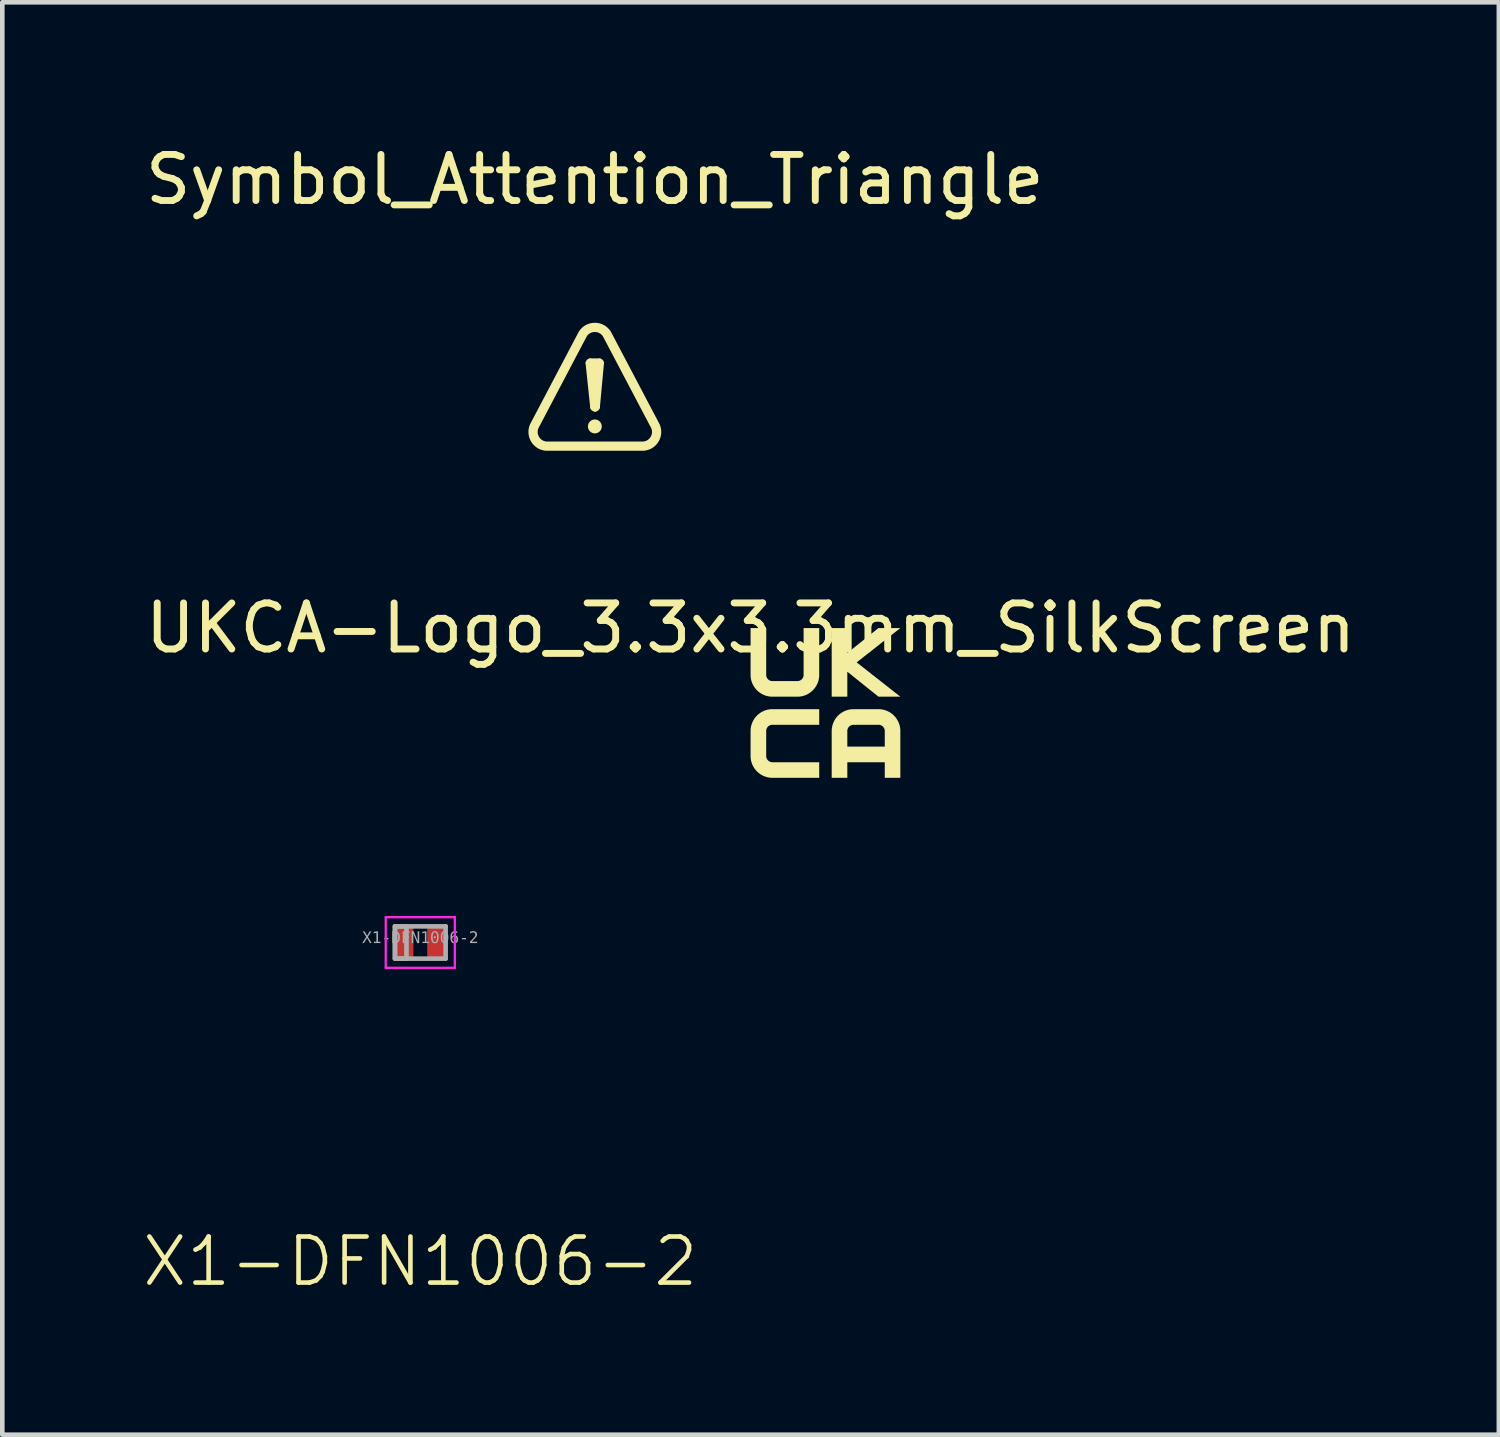
<source format=kicad_pcb>
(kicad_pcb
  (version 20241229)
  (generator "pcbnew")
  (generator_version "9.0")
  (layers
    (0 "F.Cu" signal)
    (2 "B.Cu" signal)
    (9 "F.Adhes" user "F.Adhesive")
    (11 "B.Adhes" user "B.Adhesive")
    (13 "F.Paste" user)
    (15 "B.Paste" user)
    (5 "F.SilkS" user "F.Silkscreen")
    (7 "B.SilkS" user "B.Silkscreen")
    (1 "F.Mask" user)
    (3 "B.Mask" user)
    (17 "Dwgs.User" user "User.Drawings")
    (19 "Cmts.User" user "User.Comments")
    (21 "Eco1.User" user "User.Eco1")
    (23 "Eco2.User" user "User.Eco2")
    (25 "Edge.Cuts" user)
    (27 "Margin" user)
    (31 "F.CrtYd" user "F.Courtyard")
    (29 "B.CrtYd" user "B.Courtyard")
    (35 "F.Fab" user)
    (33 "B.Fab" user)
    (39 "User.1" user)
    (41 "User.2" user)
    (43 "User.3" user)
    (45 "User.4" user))
  (footprint "UKCA-Logo_3.3x3.3mm_SilkScreen"
    (layer "F.Cu")
    (at 13.244 10.584)
    (property "Reference" "UKCA-Logo_3.3x3.3mm_SilkScreen" (at 0 0 0) (layer "F.SilkS") (effects (font (size 1 1) (thickness 0.15))))
    (attr board_only exclude_from_pos_files exclude_from_bom allow_missing_courtyard)
    (fp_poly (pts (xy 2.1 0.542) (xy 2.777 0) (xy 3.251 0) (xy 2.303 0.745) (xy 3.251 1.49) (xy 2.777 1.49) (xy 2.1 0.948) (xy 2.1 1.49) (xy 1.761 1.49) (xy 1.761 0) (xy 2.1 0)) (stroke (width 0) (type solid)) (fill yes) (layer "F.SilkS"))
    (fp_poly (pts (xy 0.339 1.016) (xy 0.339 1.023) (xy 0.339 1.029) (xy 0.34 1.036) (xy 0.341 1.043) (xy 0.343 1.049) (xy 0.345 1.055) (xy 0.347 1.062) (xy 0.349 1.068) (xy 0.352 1.074) (xy 0.355 1.08) (xy 0.358 1.086) (xy 0.361 1.091) (xy 0.365 1.097) (xy 0.369 1.102) (xy 0.374 1.107) (xy 0.378 1.112) (xy 0.383 1.116) (xy 0.388 1.121) (xy 0.394 1.125) (xy 0.399 1.129) (xy 0.405 1.132) (xy 0.41 1.136) (xy 0.416 1.138) (xy 0.422 1.141) (xy 0.428 1.144) (xy 0.435 1.146) (xy 0.441 1.147) (xy 0.448 1.149) (xy 0.454 1.15) (xy 0.461 1.151) (xy 0.467 1.151) (xy 0.474 1.151) (xy 1.016 1.151) (xy 1.023 1.151) (xy 1.029 1.151) (xy 1.036 1.15) (xy 1.043 1.149) (xy 1.049 1.147) (xy 1.055 1.146) (xy 1.062 1.144) (xy 1.068 1.141) (xy 1.074 1.138) (xy 1.08 1.136) (xy 1.086 1.132) (xy 1.091 1.129) (xy 1.097 1.125) (xy 1.102 1.121) (xy 1.107 1.116) (xy 1.112 1.112) (xy 1.116 1.107) (xy 1.121 1.102) (xy 1.125 1.097) (xy 1.129 1.091) (xy 1.132 1.086) (xy 1.136 1.08) (xy 1.138 1.074) (xy 1.141 1.068) (xy 1.144 1.062) (xy 1.146 1.055) (xy 1.147 1.049) (xy 1.149 1.043) (xy 1.15 1.036) (xy 1.151 1.029) (xy 1.151 1.023) (xy 1.151 1.016) (xy 1.151 0) (xy 1.49 0) (xy 1.49 1.016) (xy 1.49 1.04) (xy 1.488 1.063) (xy 1.485 1.086) (xy 1.481 1.109) (xy 1.476 1.132) (xy 1.47 1.154) (xy 1.462 1.176) (xy 1.454 1.197) (xy 1.445 1.219) (xy 1.434 1.239) (xy 1.423 1.259) (xy 1.41 1.279) (xy 1.397 1.298) (xy 1.383 1.316) (xy 1.367 1.334) (xy 1.351 1.351) (xy 1.334 1.367) (xy 1.316 1.383) (xy 1.298 1.397) (xy 1.279 1.41) (xy 1.259 1.423) (xy 1.239 1.434) (xy 1.219 1.445) (xy 1.197 1.454) (xy 1.176 1.462) (xy 1.154 1.47) (xy 1.132 1.476) (xy 1.109 1.481) (xy 1.086 1.485) (xy 1.063 1.488) (xy 1.04 1.49) (xy 1.016 1.49) (xy 0.474 1.49) (xy 0.451 1.49) (xy 0.427 1.488) (xy 0.404 1.485) (xy 0.381 1.481) (xy 0.359 1.476) (xy 0.336 1.47) (xy 0.314 1.462) (xy 0.293 1.454) (xy 0.272 1.445) (xy 0.251 1.434) (xy 0.231 1.423) (xy 0.211 1.41) (xy 0.192 1.397) (xy 0.174 1.383) (xy 0.156 1.367) (xy 0.139 1.351) (xy 0.123 1.334) (xy 0.107 1.316) (xy 0.093 1.298) (xy 0.08 1.279) (xy 0.067 1.259) (xy 0.056 1.239) (xy 0.045 1.219) (xy 0.036 1.197) (xy 0.028 1.176) (xy 0.02 1.154) (xy 0.014 1.132) (xy 0.009 1.109) (xy 0.005 1.086) (xy 0.002 1.063) (xy 0.001 1.04) (xy 0 1.016) (xy 0 0) (xy 0.339 0)) (stroke (width 0) (type solid)) (fill yes) (layer "F.SilkS"))
    (fp_poly (pts (xy 1.49 2.1) (xy 0.474 2.1) (xy 0.467 2.1) (xy 0.461 2.1) (xy 0.454 2.101) (xy 0.448 2.102) (xy 0.441 2.104) (xy 0.435 2.106) (xy 0.428 2.108) (xy 0.422 2.11) (xy 0.416 2.113) (xy 0.41 2.116) (xy 0.405 2.119) (xy 0.399 2.122) (xy 0.394 2.126) (xy 0.388 2.13) (xy 0.383 2.135) (xy 0.378 2.139) (xy 0.374 2.144) (xy 0.369 2.149) (xy 0.365 2.155) (xy 0.361 2.16) (xy 0.358 2.166) (xy 0.355 2.171) (xy 0.352 2.177) (xy 0.349 2.183) (xy 0.347 2.19) (xy 0.345 2.196) (xy 0.343 2.202) (xy 0.341 2.209) (xy 0.34 2.215) (xy 0.339 2.222) (xy 0.339 2.228) (xy 0.339 2.235) (xy 0.339 2.777) (xy 0.339 2.784) (xy 0.339 2.79) (xy 0.34 2.797) (xy 0.341 2.804) (xy 0.343 2.81) (xy 0.345 2.816) (xy 0.347 2.823) (xy 0.349 2.829) (xy 0.352 2.835) (xy 0.355 2.841) (xy 0.358 2.847) (xy 0.361 2.852) (xy 0.365 2.858) (xy 0.369 2.863) (xy 0.374 2.868) (xy 0.378 2.873) (xy 0.383 2.877) (xy 0.388 2.882) (xy 0.394 2.886) (xy 0.399 2.89) (xy 0.405 2.893) (xy 0.41 2.897) (xy 0.416 2.9) (xy 0.422 2.902) (xy 0.428 2.905) (xy 0.435 2.907) (xy 0.441 2.908) (xy 0.448 2.91) (xy 0.454 2.911) (xy 0.461 2.912) (xy 0.467 2.912) (xy 0.474 2.913) (xy 1.49 2.913) (xy 1.49 3.251) (xy 0.474 3.251) (xy 0.451 3.251) (xy 0.427 3.249) (xy 0.404 3.246) (xy 0.381 3.242) (xy 0.359 3.237) (xy 0.336 3.231) (xy 0.314 3.223) (xy 0.293 3.215) (xy 0.272 3.206) (xy 0.251 3.195) (xy 0.231 3.184) (xy 0.211 3.172) (xy 0.192 3.158) (xy 0.174 3.144) (xy 0.156 3.129) (xy 0.139 3.112) (xy 0.123 3.095) (xy 0.107 3.078) (xy 0.093 3.059) (xy 0.08 3.04) (xy 0.067 3.02) (xy 0.056 3) (xy 0.045 2.98) (xy 0.036 2.959) (xy 0.028 2.937) (xy 0.02 2.915) (xy 0.014 2.893) (xy 0.009 2.87) (xy 0.005 2.847) (xy 0.002 2.824) (xy 0.001 2.801) (xy 0 2.777) (xy 0 2.235) (xy 0.001 2.212) (xy 0.002 2.188) (xy 0.005 2.165) (xy 0.009 2.142) (xy 0.014 2.12) (xy 0.02 2.097) (xy 0.028 2.075) (xy 0.036 2.054) (xy 0.045 2.033) (xy 0.056 2.012) (xy 0.067 1.992) (xy 0.08 1.972) (xy 0.093 1.953) (xy 0.107 1.935) (xy 0.123 1.917) (xy 0.139 1.9) (xy 0.156 1.884) (xy 0.174 1.868) (xy 0.192 1.854) (xy 0.211 1.841) (xy 0.231 1.828) (xy 0.251 1.817) (xy 0.272 1.807) (xy 0.293 1.797) (xy 0.314 1.789) (xy 0.336 1.782) (xy 0.359 1.775) (xy 0.381 1.77) (xy 0.404 1.766) (xy 0.427 1.763) (xy 0.451 1.762) (xy 0.474 1.761) (xy 1.49 1.761)) (stroke (width 0) (type solid)) (fill yes) (layer "F.SilkS"))
    (fp_poly (pts (xy 2.801 1.762) (xy 2.824 1.763) (xy 2.847 1.766) (xy 2.87 1.77) (xy 2.893 1.775) (xy 2.915 1.782) (xy 2.937 1.789) (xy 2.959 1.797) (xy 2.98 1.807) (xy 3 1.817) (xy 3.02 1.828) (xy 3.04 1.841) (xy 3.059 1.854) (xy 3.078 1.868) (xy 3.095 1.884) (xy 3.112 1.9) (xy 3.129 1.917) (xy 3.144 1.935) (xy 3.158 1.953) (xy 3.172 1.972) (xy 3.184 1.992) (xy 3.195 2.012) (xy 3.206 2.033) (xy 3.215 2.054) (xy 3.223 2.075) (xy 3.231 2.097) (xy 3.237 2.12) (xy 3.242 2.142) (xy 3.246 2.165) (xy 3.249 2.188) (xy 3.251 2.212) (xy 3.251 2.235) (xy 3.251 3.251) (xy 2.913 3.251) (xy 2.913 2.913) (xy 2.1 2.913) (xy 2.1 3.251) (xy 1.761 3.251) (xy 1.761 2.235) (xy 2.1 2.235) (xy 2.1 2.574) (xy 2.913 2.574) (xy 2.913 2.235) (xy 2.912 2.228) (xy 2.912 2.222) (xy 2.911 2.215) (xy 2.91 2.209) (xy 2.908 2.202) (xy 2.907 2.196) (xy 2.905 2.19) (xy 2.902 2.183) (xy 2.9 2.177) (xy 2.897 2.171) (xy 2.893 2.166) (xy 2.89 2.16) (xy 2.886 2.155) (xy 2.882 2.149) (xy 2.877 2.144) (xy 2.873 2.139) (xy 2.868 2.135) (xy 2.863 2.13) (xy 2.858 2.126) (xy 2.852 2.122) (xy 2.847 2.119) (xy 2.841 2.116) (xy 2.835 2.113) (xy 2.829 2.11) (xy 2.823 2.108) (xy 2.816 2.106) (xy 2.81 2.104) (xy 2.804 2.102) (xy 2.797 2.101) (xy 2.79 2.1) (xy 2.784 2.1) (xy 2.777 2.1) (xy 2.235 2.1) (xy 2.228 2.1) (xy 2.222 2.1) (xy 2.215 2.101) (xy 2.209 2.102) (xy 2.202 2.104) (xy 2.196 2.106) (xy 2.19 2.108) (xy 2.183 2.11) (xy 2.177 2.113) (xy 2.171 2.116) (xy 2.166 2.119) (xy 2.16 2.122) (xy 2.155 2.126) (xy 2.149 2.13) (xy 2.144 2.135) (xy 2.139 2.139) (xy 2.135 2.144) (xy 2.13 2.149) (xy 2.126 2.155) (xy 2.122 2.16) (xy 2.119 2.166) (xy 2.116 2.171) (xy 2.113 2.177) (xy 2.11 2.183) (xy 2.108 2.19) (xy 2.106 2.196) (xy 2.104 2.202) (xy 2.102 2.209) (xy 2.101 2.215) (xy 2.1 2.222) (xy 2.1 2.228) (xy 2.1 2.235) (xy 1.761 2.235) (xy 1.762 2.212) (xy 1.763 2.188) (xy 1.766 2.165) (xy 1.77 2.142) (xy 1.775 2.12) (xy 1.782 2.097) (xy 1.789 2.075) (xy 1.797 2.054) (xy 1.807 2.033) (xy 1.817 2.012) (xy 1.828 1.992) (xy 1.841 1.972) (xy 1.854 1.953) (xy 1.868 1.935) (xy 1.884 1.917) (xy 1.9 1.9) (xy 1.917 1.884) (xy 1.935 1.868) (xy 1.953 1.854) (xy 1.972 1.841) (xy 1.992 1.828) (xy 2.012 1.817) (xy 2.033 1.807) (xy 2.054 1.797) (xy 2.075 1.789) (xy 2.097 1.782) (xy 2.12 1.775) (xy 2.142 1.77) (xy 2.165 1.766) (xy 2.188 1.763) (xy 2.212 1.762) (xy 2.235 1.761) (xy 2.777 1.761)) (stroke (width 0) (type solid)) (fill yes) (layer "F.SilkS")))
  (footprint "X1-DFN1006-2"
    (layer "F.Cu")
    (at 6.074 17.41)
    (property "Reference" "X1-DFN1006-2" (at 0 6.925 0) (unlocked yes) (layer "F.SilkS") (effects (font (size 1 1) (thickness 0.1))))
    (fp_line (start -0.75 0.55) (end -0.75 -0.55) (stroke (width 0.05) (type solid)) (layer "F.CrtYd"))
    (fp_line (start 0.75 -0.55) (end -0.75 -0.55) (stroke (width 0.05) (type solid)) (layer "F.CrtYd"))
    (fp_line (start 0.75 0.55) (end -0.75 0.55) (stroke (width 0.05) (type solid)) (layer "F.CrtYd"))
    (fp_line (start 0.75 0.55) (end 0.75 -0.55) (stroke (width 0.05) (type solid)) (layer "F.CrtYd"))
    (fp_line (start -0.55 0.35) (end -0.55 -0.35) (stroke (width 0.1) (type solid)) (layer "F.Fab"))
    (fp_line (start 0.55 -0.35) (end -0.55 -0.35) (stroke (width 0.1) (type solid)) (layer "F.Fab"))
    (fp_line (start 0.55 0.35) (end -0.55 0.35) (stroke (width 0.1) (type solid)) (layer "F.Fab"))
    (fp_line (start 0.55 0.35) (end 0.55 -0.35) (stroke (width 0.1) (type solid)) (layer "F.Fab"))
    (fp_rect (start -0.55 0.35) (end -0.3 -0.35) (stroke (width 0.1) (type default)) (fill no) (layer "F.Fab"))
    (fp_line (start 0 0.3) (end 0 -0.3) (stroke (width 0.1) (type solid)) (layer "User.1"))
    (fp_line (start 0.3 0) (end -0.3 0) (stroke (width 0.1) (type solid)) (layer "User.1"))
    (fp_text user "${REFERENCE}" (at 0.00001 -0.091 0) (unlocked yes) (layer "F.Fab") (effects (font (face "Consolas") (size 0.25 0.25) (thickness 0.254))))
    (pad "1" smd roundrect (at -0.35 0) (size 0.4 0.7) (layers "F.Cu" "F.Mask" "F.Paste") (roundrect_rratio 0.15))
    (pad "2" smd roundrect (at 0.35 0 180) (size 0.4 0.7) (layers "F.Cu" "F.Mask" "F.Paste") (roundrect_rratio 0.15)))
  (footprint "Symbol_Attention_Triangle"
    (layer "F.Cu")
    (at 9.863 5.348)
    (property "Reference" "Symbol_Attention_Triangle" (at 0 -4.5 0) (layer "F.SilkS") (effects (font (size 1 1) (thickness 0.15))))
    (attr exclude_from_pos_files exclude_from_bom allow_missing_courtyard)
    (fp_line (start -0.101 -0.567) (end 0.099 -0.567) (stroke (width 0.1) (type default)) (layer "F.SilkS"))
    (fp_line (start -0.051 0.441) (end -0.151 -0.512) (stroke (width 0.1) (type default)) (layer "F.SilkS"))
    (fp_line (start 0 0.858) (end 0 0.86) (stroke (width 0.3) (type solid)) (layer "F.SilkS"))
    (fp_line (start 0.01 0.485) (end -0.001 0.485) (stroke (width 0.1) (type default)) (layer "F.SilkS"))
    (fp_line (start 0.148 -0.512) (end 0.06 0.44) (stroke (width 0.1) (type default)) (layer "F.SilkS"))
    (fp_arc (start -0.150556 -0.511736) (mid -0.137982 -0.550406) (end -0.100826 -0.566926) (stroke (width 0.1) (type default)) (layer "F.SilkS"))
    (fp_arc (start -0.001433 0.485435) (mid -0.034917 0.472596) (end -0.051163 0.440625) (stroke (width 0.1) (type default)) (layer "F.SilkS"))
    (fp_arc (start 0.059982 0.440054) (mid 0.043889 0.472398) (end 0.010196 0.485435) (stroke (width 0.1) (type default)) (layer "F.SilkS"))
    (fp_arc (start 0.098545 -0.566926) (mid 0.135478 -0.550592) (end 0.148331 -0.512307) (stroke (width 0.1) (type default)) (layer "F.SilkS"))
    (fp_poly (pts (xy -0.101 -0.517) (xy 0.099 -0.517) (xy 0.01 0.435) (xy -0.001 0.435)) (stroke (width 0.1) (type solid)) (fill yes) (layer "F.SilkS"))
    (fp_poly (pts (xy 0.02 -1.29) (xy 0.04 -1.288) (xy 0.06 -1.285) (xy 0.08 -1.281) (xy 0.099 -1.275) (xy 0.118 -1.268) (xy 0.137 -1.259) (xy 0.155 -1.25) (xy 0.173 -1.239) (xy 0.19 -1.227) (xy 0.206 -1.213) (xy 0.221 -1.198) (xy 0.236 -1.182) (xy 0.249 -1.165) (xy 0.262 -1.146) (xy 0.273 -1.126) (xy 1.305 0.835) (xy 1.315 0.854) (xy 1.323 0.874) (xy 1.329 0.894) (xy 1.334 0.913) (xy 1.338 0.933) (xy 1.34 0.953) (xy 1.341 0.973) (xy 1.341 0.992) (xy 1.339 1.012) (xy 1.337 1.031) (xy 1.333 1.05) (xy 1.328 1.068) (xy 1.321 1.087) (xy 1.314 1.104) (xy 1.306 1.122) (xy 1.296 1.138) (xy 1.286 1.154) (xy 1.275 1.17) (xy 1.262 1.184) (xy 1.249 1.198) (xy 1.235 1.212) (xy 1.22 1.224) (xy 1.204 1.235) (xy 1.188 1.246) (xy 1.171 1.255) (xy 1.153 1.263) (xy 1.134 1.27) (xy 1.115 1.276) (xy 1.095 1.281) (xy 1.075 1.285) (xy 1.054 1.287) (xy 1.032 1.287) (xy -1.032 1.287) (xy -1.054 1.287) (xy -1.075 1.285) (xy -1.095 1.281) (xy -1.115 1.276) (xy -1.134 1.27) (xy -1.153 1.263) (xy -1.171 1.255) (xy -1.188 1.246) (xy -1.204 1.235) (xy -1.22 1.224) (xy -1.235 1.212) (xy -1.249 1.198) (xy -1.262 1.184) (xy -1.275 1.17) (xy -1.286 1.154) (xy -1.296 1.138) (xy -1.306 1.121) (xy -1.314 1.104) (xy -1.321 1.087) (xy -1.328 1.068) (xy -1.333 1.05) (xy -1.337 1.031) (xy -1.339 1.012) (xy -1.341 0.992) (xy -1.341 0.973) (xy -1.34 0.953) (xy -1.338 0.933) (xy -1.334 0.913) (xy -1.329 0.893) (xy -1.323 0.874) (xy -1.315 0.854) (xy -1.305 0.835) (xy -0.273 -1.126) (xy -0.262 -1.146) (xy -0.249 -1.165) (xy -0.236 -1.182) (xy -0.221 -1.198) (xy -0.206 -1.213) (xy -0.19 -1.227) (xy -0.173 -1.239) (xy -0.155 -1.25) (xy -0.137 -1.259) (xy -0.118 -1.268) (xy -0.099 -1.275) (xy -0.08 -1.281) (xy -0.06 -1.285) (xy -0.04 -1.288) (xy -0.02 -1.29) (xy 0 -1.291)) (stroke (width 0.2) (type solid)) (fill no) (layer "F.SilkS")))
  (gr_rect
    (start -3 -3)
    (end 29.488 28.096)
    (stroke (width 0.1) (type default))
    (fill no)
    (layer "Edge.Cuts")))
</source>
